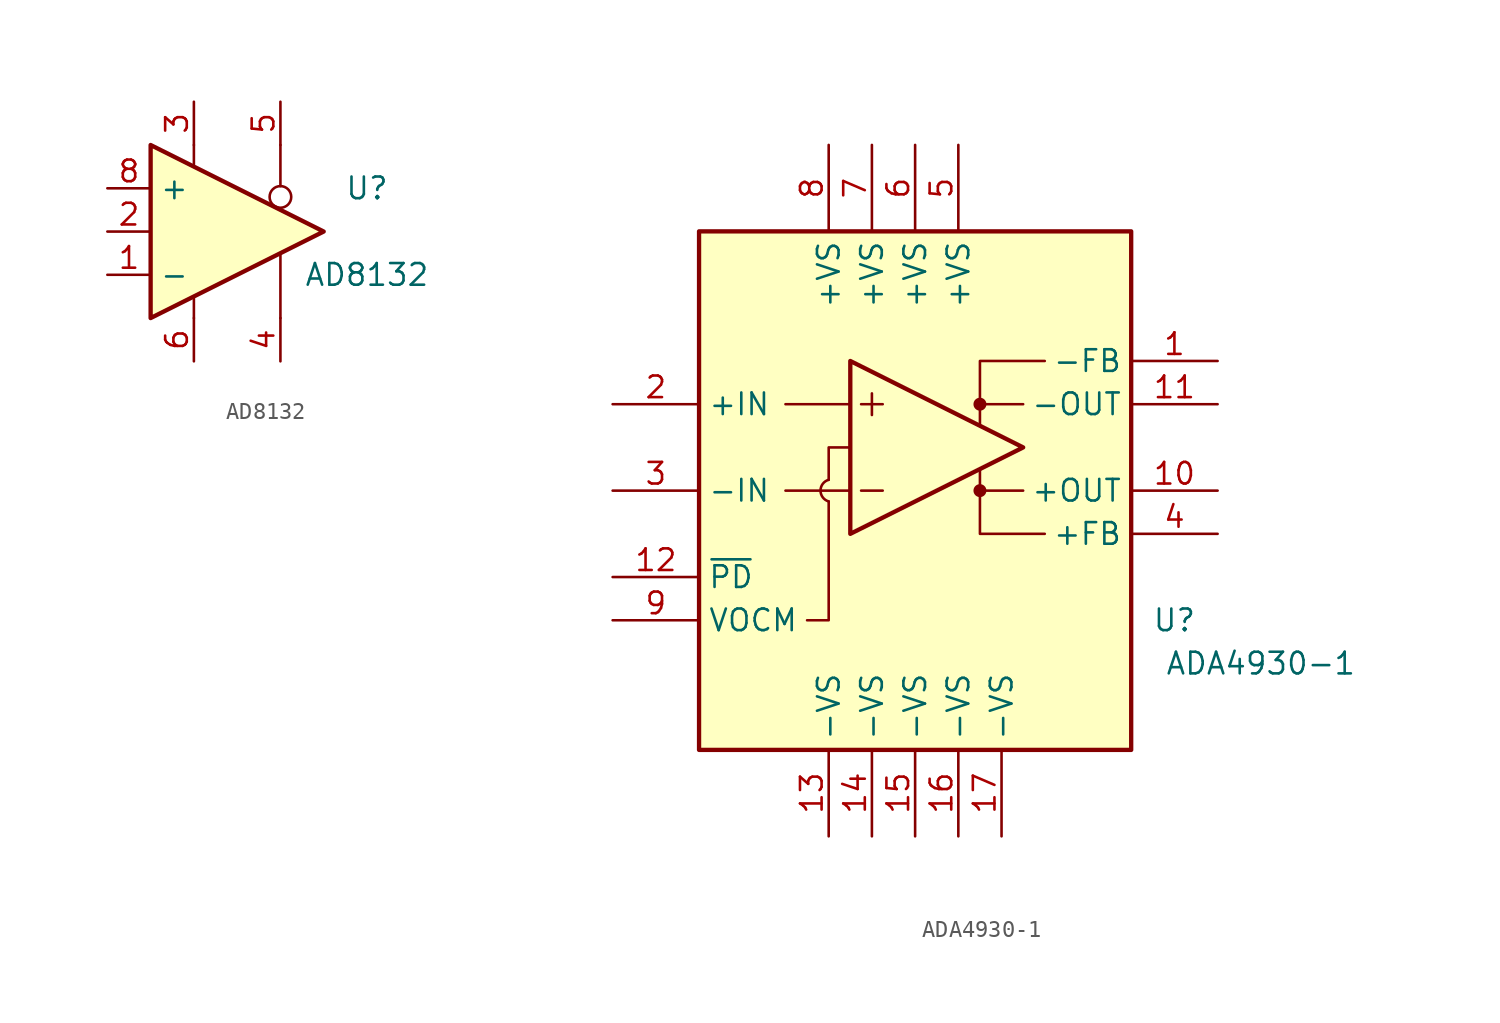
<source format=kicad_sym>
(kicad_symbol_lib
  (version 20201005)
  (generator kicad_symbol_editor)
  (symbol "KLIB_Amplifier:AD8132"
    (property "Reference" "U"
      (at 10.16 2.54 0)
      (effects (font (size 1.27 1.27))))
    (property "Value" "AD8132"
      (at 10.16 -2.54 0)
      (effects (font (size 1.27 1.27))))
    (symbol "AD8132_0_1"
      (circle (center 5.08 2.032) (radius 0.635) (stroke (width 0)) (fill (type none)))
      (polyline (pts (xy 0 -5.08) (xy 0 -3.937)) (stroke (width 0)) (fill (type none)))
      (polyline (pts (xy 0 5.08) (xy 0 3.937)) (stroke (width 0)) (fill (type none)))
      (polyline (pts (xy 5.08 -5.08) (xy 5.08 -1.27)) (stroke (width 0)) (fill (type none)))
      (polyline (pts (xy 5.08 5.08) (xy 5.08 2.667)) (stroke (width 0)) (fill (type none)))
      (polyline (pts (xy -2.54 -5.08) (xy -2.54 5.08) (xy 7.62 0) (xy -2.54 -5.08)) (stroke (width 0.254)) (fill (type background))))
    (symbol "AD8132_1_1"
      (pin input line (at -5.08 -2.54 0) (length 2.54) (name "-" (effects (font (size 1.27 1.27)))) (number "1" (effects (font (size 1.27 1.27)))))
      (pin input line (at -5.08 0 0) (length 2.54) (name "~" (effects (font (size 1.27 1.27)))) (number "2" (effects (font (size 1.27 1.27)))))
      (pin power_in line (at 0 7.62 270) (length 2.54) (name "~" (effects (font (size 1.27 1.27)))) (number "3" (effects (font (size 1.27 1.27)))))
      (pin output line (at 5.08 -7.62 90) (length 2.54) (name "~" (effects (font (size 1.27 1.27)))) (number "4" (effects (font (size 1.27 1.27)))))
      (pin output line (at 5.08 7.62 270) (length 2.54) (name "~" (effects (font (size 1.27 1.27)))) (number "5" (effects (font (size 1.27 1.27)))))
      (pin power_in line (at 0 -7.62 90) (length 2.54) (name "~" (effects (font (size 1.27 1.27)))) (number "6" (effects (font (size 1.27 1.27)))))
      (pin unconnected line (at 0 0 270) (length 2.54) hide (name "NC" (effects (font (size 1.27 1.27)))) (number "7" (effects (font (size 1.27 1.27)))))
      (pin input line (at -5.08 2.54 0) (length 2.54) (name "+" (effects (font (size 1.27 1.27)))) (number "8" (effects (font (size 1.27 1.27)))))))
  (symbol "KLIB_Amplifier:ADA4930-1"
    (property "Reference" "U"
      (at 15.24 -7.62 0)
      (effects (font (size 1.27 1.27))))
    (property "Value" "ADA4930-1"
      (at 20.32 -10.16 0)
      (effects (font (size 1.27 1.27))))
    (symbol "ADA4930-1_0_1"
      (arc (start -5.08 0.635) (end -5.08 -0.635) (radius (at -4.9022 0) (length 0.6604) (angles 105.6 -105.6)) (stroke (width 0)) (fill (type none)))
      (circle (center 3.81 0) (radius 0.254) (stroke (width 0.254)) (fill (type outline)))
      (circle (center 3.81 5.08) (radius 0.254) (stroke (width 0.254)) (fill (type outline)))
      (rectangle (start -12.7 15.24) (end 12.7 -15.24) (stroke (width 0.254)) (fill (type background)))
      (polyline (pts (xy -3.81 0) (xy -7.62 0)) (stroke (width 0)) (fill (type none)))
      (polyline (pts (xy -3.81 5.08) (xy -7.62 5.08)) (stroke (width 0)) (fill (type none)))
      (polyline (pts (xy -3.175 0) (xy -1.905 0)) (stroke (width 0)) (fill (type none)))
      (polyline (pts (xy -3.175 5.08) (xy -1.905 5.08)) (stroke (width 0)) (fill (type none)))
      (polyline (pts (xy -2.54 5.715) (xy -2.54 4.445)) (stroke (width 0)) (fill (type none)))
      (polyline (pts (xy 3.81 0) (xy 6.35 0)) (stroke (width 0)) (fill (type none)))
      (polyline (pts (xy 3.81 5.08) (xy 6.35 5.08)) (stroke (width 0)) (fill (type none)))
      (polyline (pts (xy -5.08 -0.635) (xy -5.08 -7.62) (xy -6.35 -7.62)) (stroke (width 0)) (fill (type none)))
      (polyline (pts (xy -3.81 2.54) (xy -5.08 2.54) (xy -5.08 0.635)) (stroke (width 0)) (fill (type none)))
      (polyline (pts (xy 3.81 1.27) (xy 3.81 -2.54) (xy 7.62 -2.54)) (stroke (width 0)) (fill (type none)))
      (polyline (pts (xy 3.81 3.81) (xy 3.81 7.62) (xy 7.62 7.62)) (stroke (width 0)) (fill (type none)))
      (polyline (pts (xy -3.81 -2.54) (xy -3.81 7.62) (xy 6.35 2.54) (xy -3.81 -2.54)) (stroke (width 0.254)) (fill (type none)))
      (pin power_in line (at 5.08 -20.32 90) (length 5.08) (name "-VS" (effects (font (size 1.27 1.27)))) (number "17" (effects (font (size 1.27 1.27))))))
    (symbol "ADA4930-1_1_1"
      (pin output line (at 17.78 7.62 180) (length 5.08) (name "-FB" (effects (font (size 1.27 1.27)))) (number "1" (effects (font (size 1.27 1.27)))))
      (pin output line (at 17.78 0 180) (length 5.08) (name "+OUT" (effects (font (size 1.27 1.27)))) (number "10" (effects (font (size 1.27 1.27)))))
      (pin output line (at 17.78 5.08 180) (length 5.08) (name "-OUT" (effects (font (size 1.27 1.27)))) (number "11" (effects (font (size 1.27 1.27)))))
      (pin input line (at -17.78 -5.08 0) (length 5.08) (name "~PD" (effects (font (size 1.27 1.27)))) (number "12" (effects (font (size 1.27 1.27)))))
      (pin power_in line (at -5.08 -20.32 90) (length 5.08) (name "-VS" (effects (font (size 1.27 1.27)))) (number "13" (effects (font (size 1.27 1.27)))))
      (pin power_in line (at -2.54 -20.32 90) (length 5.08) (name "-VS" (effects (font (size 1.27 1.27)))) (number "14" (effects (font (size 1.27 1.27)))))
      (pin power_in line (at 0 -20.32 90) (length 5.08) (name "-VS" (effects (font (size 1.27 1.27)))) (number "15" (effects (font (size 1.27 1.27)))))
      (pin power_in line (at 2.54 -20.32 90) (length 5.08) (name "-VS" (effects (font (size 1.27 1.27)))) (number "16" (effects (font (size 1.27 1.27)))))
      (pin input line (at -17.78 5.08 0) (length 5.08) (name "+IN" (effects (font (size 1.27 1.27)))) (number "2" (effects (font (size 1.27 1.27)))))
      (pin input line (at -17.78 0 0) (length 5.08) (name "-IN" (effects (font (size 1.27 1.27)))) (number "3" (effects (font (size 1.27 1.27)))))
      (pin output line (at 17.78 -2.54 180) (length 5.08) (name "+FB" (effects (font (size 1.27 1.27)))) (number "4" (effects (font (size 1.27 1.27)))))
      (pin power_in line (at 2.54 20.32 270) (length 5.08) (name "+VS" (effects (font (size 1.27 1.27)))) (number "5" (effects (font (size 1.27 1.27)))))
      (pin power_in line (at 0 20.32 270) (length 5.08) (name "+VS" (effects (font (size 1.27 1.27)))) (number "6" (effects (font (size 1.27 1.27)))))
      (pin power_in line (at -2.54 20.32 270) (length 5.08) (name "+VS" (effects (font (size 1.27 1.27)))) (number "7" (effects (font (size 1.27 1.27)))))
      (pin power_in line (at -5.08 20.32 270) (length 5.08) (name "+VS" (effects (font (size 1.27 1.27)))) (number "8" (effects (font (size 1.27 1.27)))))
      (pin power_in line (at -17.78 -7.62 0) (length 5.08) (name "VOCM" (effects (font (size 1.27 1.27)))) (number "9" (effects (font (size 1.27 1.27))))))))
</source>
